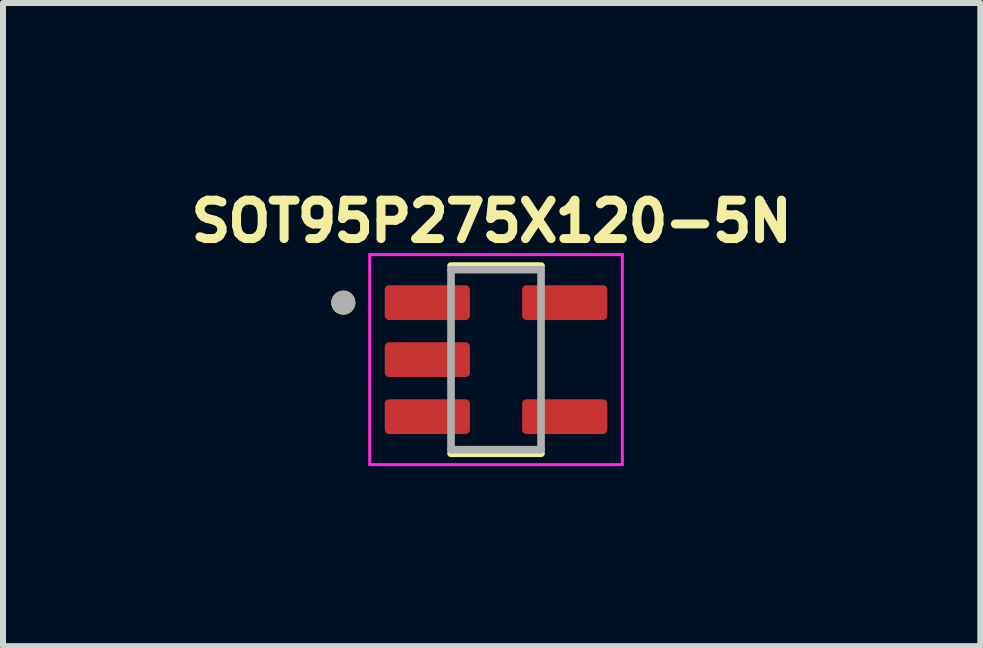
<source format=kicad_pcb>
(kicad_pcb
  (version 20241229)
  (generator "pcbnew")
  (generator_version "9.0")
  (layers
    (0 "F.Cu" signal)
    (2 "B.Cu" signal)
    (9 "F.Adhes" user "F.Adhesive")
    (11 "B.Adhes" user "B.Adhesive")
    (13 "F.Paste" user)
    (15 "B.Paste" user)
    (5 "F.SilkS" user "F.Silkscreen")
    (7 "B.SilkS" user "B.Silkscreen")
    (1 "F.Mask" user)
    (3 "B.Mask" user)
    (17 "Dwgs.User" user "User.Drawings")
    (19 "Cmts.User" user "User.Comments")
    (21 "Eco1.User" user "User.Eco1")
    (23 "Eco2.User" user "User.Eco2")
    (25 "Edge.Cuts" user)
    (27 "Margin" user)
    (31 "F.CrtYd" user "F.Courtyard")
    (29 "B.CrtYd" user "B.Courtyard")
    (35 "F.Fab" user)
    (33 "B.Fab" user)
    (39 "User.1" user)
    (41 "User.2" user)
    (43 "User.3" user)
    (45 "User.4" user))
  (footprint "SOT95P275X120-5N"
    (layer "F.Cu")
    (at 5.217 2.944)
    (property "Reference" "SOT95P275X120-5N" (at -0.073 -2.306 0) (layer "F.SilkS") (effects (font (size 0.64 0.64) (thickness 0.15))))
    (attr smd)
    (fp_line (start -0.75 -1.56) (end 0.75 -1.56) (stroke (width 0.127) (type solid)) (layer "F.SilkS"))
    (fp_line (start 0.75 1.56) (end -0.75 1.56) (stroke (width 0.127) (type solid)) (layer "F.SilkS"))
    (fp_circle (center -2.545 -0.95) (end -2.445 -0.95) (stroke (width 0.2) (type solid)) (fill no) (layer "F.SilkS"))
    (fp_line (start -2.105 -1.75) (end -2.105 1.75) (stroke (width 0.05) (type solid)) (layer "F.CrtYd"))
    (fp_line (start -2.105 1.75) (end 2.105 1.75) (stroke (width 0.05) (type solid)) (layer "F.CrtYd"))
    (fp_line (start 2.105 -1.75) (end -2.105 -1.75) (stroke (width 0.05) (type solid)) (layer "F.CrtYd"))
    (fp_line (start 2.105 1.75) (end 2.105 -1.75) (stroke (width 0.05) (type solid)) (layer "F.CrtYd"))
    (fp_line (start -0.75 -1.5) (end 0.75 -1.5) (stroke (width 0.127) (type solid)) (layer "F.Fab"))
    (fp_line (start -0.75 1.5) (end -0.75 -1.5) (stroke (width 0.127) (type solid)) (layer "F.Fab"))
    (fp_line (start 0.75 -1.5) (end 0.75 1.5) (stroke (width 0.127) (type solid)) (layer "F.Fab"))
    (fp_line (start 0.75 1.5) (end -0.75 1.5) (stroke (width 0.127) (type solid)) (layer "F.Fab"))
    (fp_circle (center -2.545 -0.95) (end -2.445 -0.95) (stroke (width 0.2) (type solid)) (fill no) (layer "F.Fab"))
    (pad "1" smd roundrect (at -1.145 -0.95) (size 1.42 0.58) (layers "F.Cu" "F.Mask" "F.Paste") (roundrect_rratio 0.125))
    (pad "2" smd roundrect (at -1.145 0) (size 1.42 0.58) (layers "F.Cu" "F.Mask" "F.Paste") (roundrect_rratio 0.125))
    (pad "3" smd roundrect (at -1.145 0.95) (size 1.42 0.58) (layers "F.Cu" "F.Mask" "F.Paste") (roundrect_rratio 0.125))
    (pad "4" smd roundrect (at 1.145 0.95) (size 1.42 0.58) (layers "F.Cu" "F.Mask" "F.Paste") (roundrect_rratio 0.125))
    (pad "5" smd roundrect (at 1.145 -0.95) (size 1.42 0.58) (layers "F.Cu" "F.Mask" "F.Paste") (roundrect_rratio 0.125))
    (zone (net_name "") (layer "F.Cu") (hatch edge 0.5) (connect_pads) (min_thickness 0.25) (filled_areas_thickness no) (keepout (tracks allowed) (vias allowed) (pads allowed) (copperpour not_allowed) (footprints allowed)) (placement (enabled no)) (fill) (polygon (pts (xy 3.117 1.194) (xy 7.317 1.194) (xy 7.317 4.694) (xy 3.117 4.694)))))
  (gr_rect
    (start -3 -3)
    (end 13.288 7.719)
    (stroke (width 0.1) (type default))
    (fill no)
    (layer "Edge.Cuts")))
</source>
